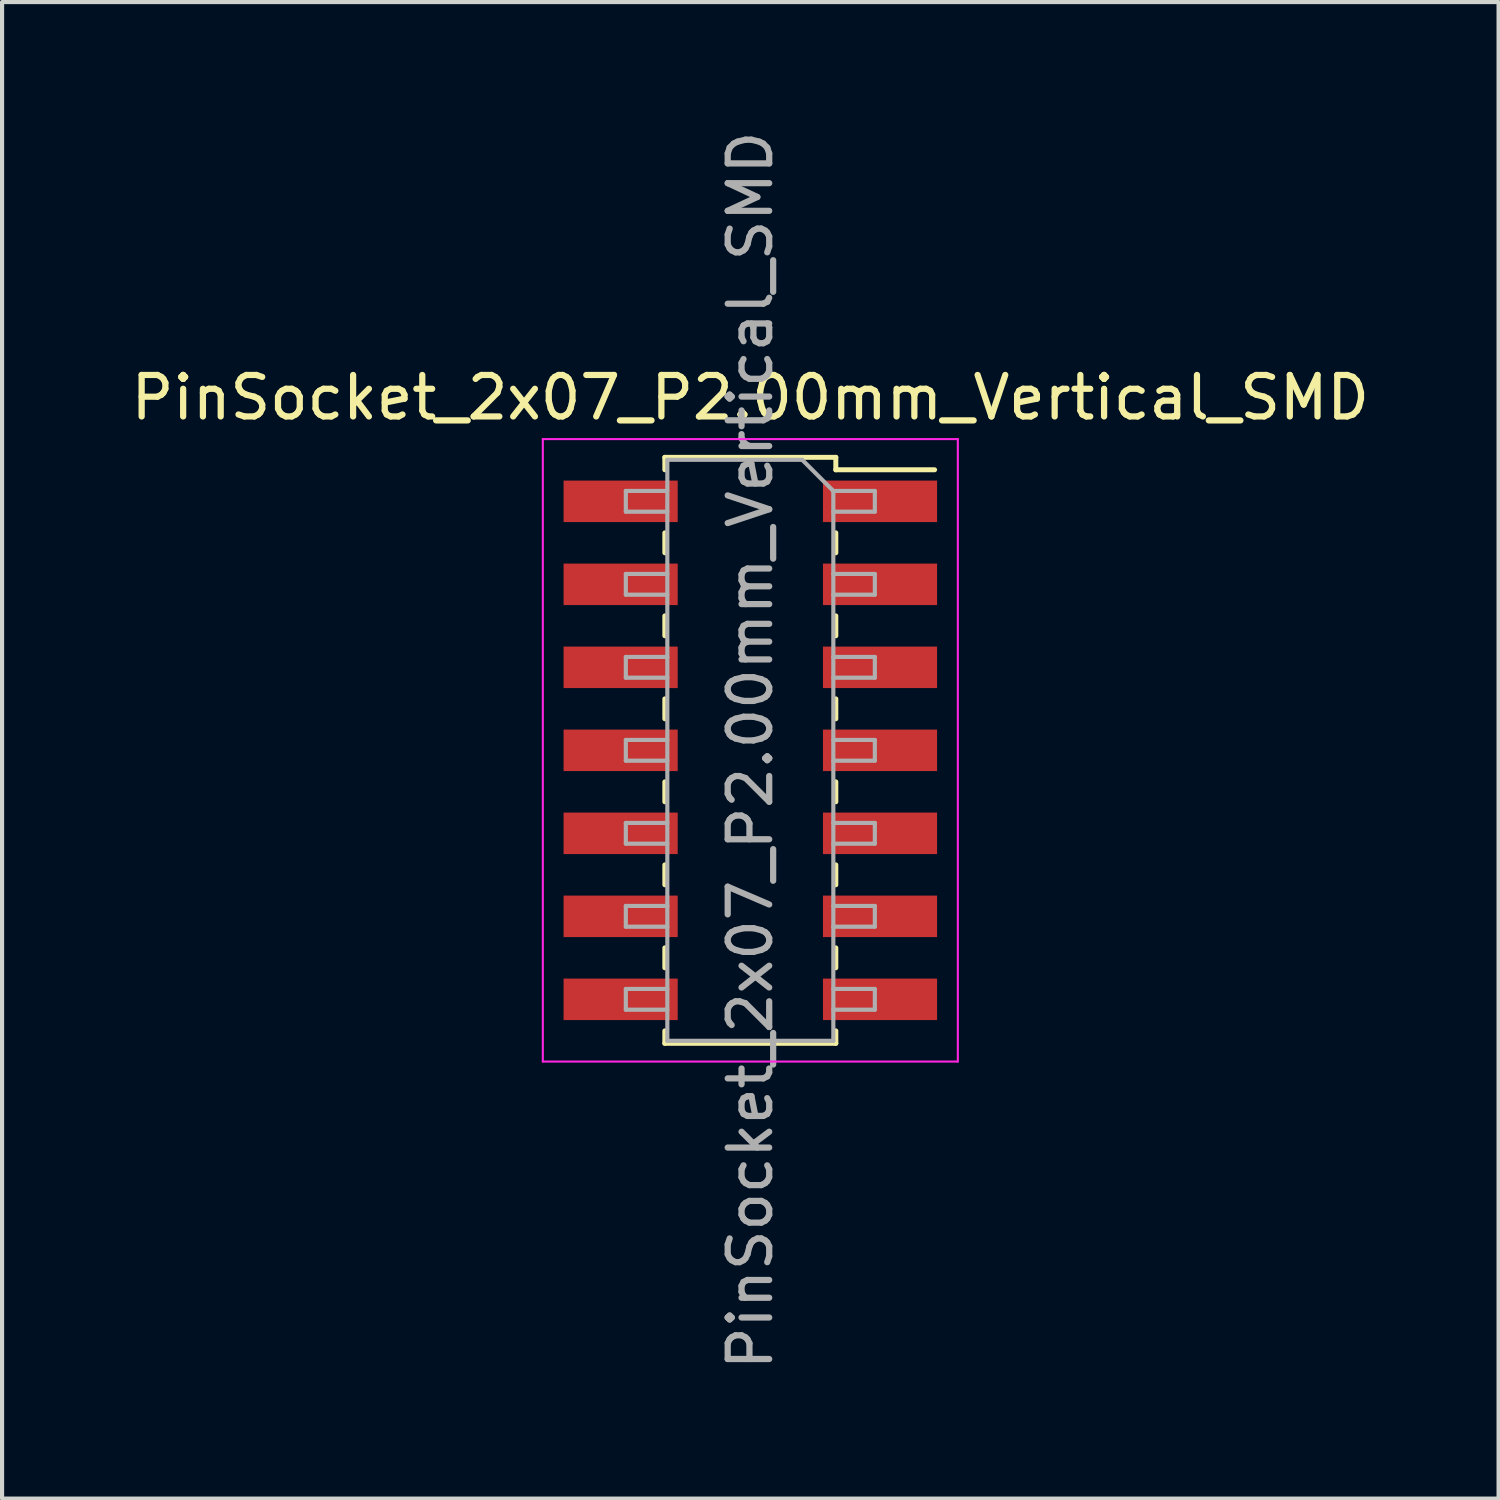
<source format=kicad_pcb>
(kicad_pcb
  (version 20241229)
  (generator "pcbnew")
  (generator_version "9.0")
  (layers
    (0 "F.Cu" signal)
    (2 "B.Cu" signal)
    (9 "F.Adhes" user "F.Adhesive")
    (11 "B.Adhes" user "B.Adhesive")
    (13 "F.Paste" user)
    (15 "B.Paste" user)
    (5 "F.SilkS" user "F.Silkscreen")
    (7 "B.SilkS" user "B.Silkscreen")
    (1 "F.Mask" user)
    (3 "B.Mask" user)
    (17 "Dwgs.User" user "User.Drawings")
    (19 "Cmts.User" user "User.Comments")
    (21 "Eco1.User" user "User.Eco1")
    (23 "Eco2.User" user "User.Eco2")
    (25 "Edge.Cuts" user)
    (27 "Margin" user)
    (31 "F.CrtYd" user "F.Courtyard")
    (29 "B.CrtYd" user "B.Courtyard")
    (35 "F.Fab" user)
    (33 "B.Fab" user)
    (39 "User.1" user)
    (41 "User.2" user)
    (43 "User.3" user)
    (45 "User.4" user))
  (footprint "PinSocket_2x07_P2.00mm_Vertical_SMD"
    (layer "F.Cu")
    (at 15.03 15.03)
    (property "Reference" "PinSocket_2x07_P2.00mm_Vertical_SMD" (at 0 -8.5 0) (layer "F.SilkS") (effects (font (size 1 1) (thickness 0.15))))
    (attr smd)
    (fp_line (start -2.06 -7.06) (end -2.06 -6.76) (stroke (width 0.12) (type solid)) (layer "F.SilkS"))
    (fp_line (start -2.06 -7.06) (end 2.06 -7.06) (stroke (width 0.12) (type solid)) (layer "F.SilkS"))
    (fp_line (start -2.06 -5.24) (end -2.06 -4.76) (stroke (width 0.12) (type solid)) (layer "F.SilkS"))
    (fp_line (start -2.06 -3.24) (end -2.06 -2.76) (stroke (width 0.12) (type solid)) (layer "F.SilkS"))
    (fp_line (start -2.06 -1.24) (end -2.06 -0.76) (stroke (width 0.12) (type solid)) (layer "F.SilkS"))
    (fp_line (start -2.06 0.76) (end -2.06 1.24) (stroke (width 0.12) (type solid)) (layer "F.SilkS"))
    (fp_line (start -2.06 2.76) (end -2.06 3.24) (stroke (width 0.12) (type solid)) (layer "F.SilkS"))
    (fp_line (start -2.06 4.76) (end -2.06 5.24) (stroke (width 0.12) (type solid)) (layer "F.SilkS"))
    (fp_line (start -2.06 6.76) (end -2.06 7.06) (stroke (width 0.12) (type solid)) (layer "F.SilkS"))
    (fp_line (start -2.06 7.06) (end 2.06 7.06) (stroke (width 0.12) (type solid)) (layer "F.SilkS"))
    (fp_line (start 2.06 -7.06) (end 2.06 -6.76) (stroke (width 0.12) (type solid)) (layer "F.SilkS"))
    (fp_line (start 2.06 -6.76) (end 4.44 -6.76) (stroke (width 0.12) (type solid)) (layer "F.SilkS"))
    (fp_line (start 2.06 -5.24) (end 2.06 -4.76) (stroke (width 0.12) (type solid)) (layer "F.SilkS"))
    (fp_line (start 2.06 -3.24) (end 2.06 -2.76) (stroke (width 0.12) (type solid)) (layer "F.SilkS"))
    (fp_line (start 2.06 -1.24) (end 2.06 -0.76) (stroke (width 0.12) (type solid)) (layer "F.SilkS"))
    (fp_line (start 2.06 0.76) (end 2.06 1.24) (stroke (width 0.12) (type solid)) (layer "F.SilkS"))
    (fp_line (start 2.06 2.76) (end 2.06 3.24) (stroke (width 0.12) (type solid)) (layer "F.SilkS"))
    (fp_line (start 2.06 4.76) (end 2.06 5.24) (stroke (width 0.12) (type solid)) (layer "F.SilkS"))
    (fp_line (start 2.06 6.76) (end 2.06 7.06) (stroke (width 0.12) (type solid)) (layer "F.SilkS"))
    (fp_line (start -5 -7.5) (end 5 -7.5) (stroke (width 0.05) (type solid)) (layer "F.CrtYd"))
    (fp_line (start -5 7.5) (end -5 -7.5) (stroke (width 0.05) (type solid)) (layer "F.CrtYd"))
    (fp_line (start 5 -7.5) (end 5 7.5) (stroke (width 0.05) (type solid)) (layer "F.CrtYd"))
    (fp_line (start 5 7.5) (end -5 7.5) (stroke (width 0.05) (type solid)) (layer "F.CrtYd"))
    (fp_line (start -3 -6.25) (end -2 -6.25) (stroke (width 0.1) (type solid)) (layer "F.Fab"))
    (fp_line (start -3 -5.75) (end -3 -6.25) (stroke (width 0.1) (type solid)) (layer "F.Fab"))
    (fp_line (start -3 -4.25) (end -2 -4.25) (stroke (width 0.1) (type solid)) (layer "F.Fab"))
    (fp_line (start -3 -3.75) (end -3 -4.25) (stroke (width 0.1) (type solid)) (layer "F.Fab"))
    (fp_line (start -3 -2.25) (end -2 -2.25) (stroke (width 0.1) (type solid)) (layer "F.Fab"))
    (fp_line (start -3 -1.75) (end -3 -2.25) (stroke (width 0.1) (type solid)) (layer "F.Fab"))
    (fp_line (start -3 -0.25) (end -2 -0.25) (stroke (width 0.1) (type solid)) (layer "F.Fab"))
    (fp_line (start -3 0.25) (end -3 -0.25) (stroke (width 0.1) (type solid)) (layer "F.Fab"))
    (fp_line (start -3 1.75) (end -2 1.75) (stroke (width 0.1) (type solid)) (layer "F.Fab"))
    (fp_line (start -3 2.25) (end -3 1.75) (stroke (width 0.1) (type solid)) (layer "F.Fab"))
    (fp_line (start -3 3.75) (end -2 3.75) (stroke (width 0.1) (type solid)) (layer "F.Fab"))
    (fp_line (start -3 4.25) (end -3 3.75) (stroke (width 0.1) (type solid)) (layer "F.Fab"))
    (fp_line (start -3 5.75) (end -2 5.75) (stroke (width 0.1) (type solid)) (layer "F.Fab"))
    (fp_line (start -3 6.25) (end -3 5.75) (stroke (width 0.1) (type solid)) (layer "F.Fab"))
    (fp_line (start -2 -7) (end 1.25 -7) (stroke (width 0.1) (type solid)) (layer "F.Fab"))
    (fp_line (start -2 -5.75) (end -3 -5.75) (stroke (width 0.1) (type solid)) (layer "F.Fab"))
    (fp_line (start -2 -3.75) (end -3 -3.75) (stroke (width 0.1) (type solid)) (layer "F.Fab"))
    (fp_line (start -2 -1.75) (end -3 -1.75) (stroke (width 0.1) (type solid)) (layer "F.Fab"))
    (fp_line (start -2 0.25) (end -3 0.25) (stroke (width 0.1) (type solid)) (layer "F.Fab"))
    (fp_line (start -2 2.25) (end -3 2.25) (stroke (width 0.1) (type solid)) (layer "F.Fab"))
    (fp_line (start -2 4.25) (end -3 4.25) (stroke (width 0.1) (type solid)) (layer "F.Fab"))
    (fp_line (start -2 6.25) (end -3 6.25) (stroke (width 0.1) (type solid)) (layer "F.Fab"))
    (fp_line (start -2 7) (end -2 -7) (stroke (width 0.1) (type solid)) (layer "F.Fab"))
    (fp_line (start 1.25 -7) (end 2 -6.25) (stroke (width 0.1) (type solid)) (layer "F.Fab"))
    (fp_line (start 2 -6.25) (end 2 7) (stroke (width 0.1) (type solid)) (layer "F.Fab"))
    (fp_line (start 2 -6.25) (end 3 -6.25) (stroke (width 0.1) (type solid)) (layer "F.Fab"))
    (fp_line (start 2 -4.25) (end 3 -4.25) (stroke (width 0.1) (type solid)) (layer "F.Fab"))
    (fp_line (start 2 -2.25) (end 3 -2.25) (stroke (width 0.1) (type solid)) (layer "F.Fab"))
    (fp_line (start 2 -0.25) (end 3 -0.25) (stroke (width 0.1) (type solid)) (layer "F.Fab"))
    (fp_line (start 2 1.75) (end 3 1.75) (stroke (width 0.1) (type solid)) (layer "F.Fab"))
    (fp_line (start 2 3.75) (end 3 3.75) (stroke (width 0.1) (type solid)) (layer "F.Fab"))
    (fp_line (start 2 5.75) (end 3 5.75) (stroke (width 0.1) (type solid)) (layer "F.Fab"))
    (fp_line (start 2 7) (end -2 7) (stroke (width 0.1) (type solid)) (layer "F.Fab"))
    (fp_line (start 3 -6.25) (end 3 -5.75) (stroke (width 0.1) (type solid)) (layer "F.Fab"))
    (fp_line (start 3 -5.75) (end 2 -5.75) (stroke (width 0.1) (type solid)) (layer "F.Fab"))
    (fp_line (start 3 -4.25) (end 3 -3.75) (stroke (width 0.1) (type solid)) (layer "F.Fab"))
    (fp_line (start 3 -3.75) (end 2 -3.75) (stroke (width 0.1) (type solid)) (layer "F.Fab"))
    (fp_line (start 3 -2.25) (end 3 -1.75) (stroke (width 0.1) (type solid)) (layer "F.Fab"))
    (fp_line (start 3 -1.75) (end 2 -1.75) (stroke (width 0.1) (type solid)) (layer "F.Fab"))
    (fp_line (start 3 -0.25) (end 3 0.25) (stroke (width 0.1) (type solid)) (layer "F.Fab"))
    (fp_line (start 3 0.25) (end 2 0.25) (stroke (width 0.1) (type solid)) (layer "F.Fab"))
    (fp_line (start 3 1.75) (end 3 2.25) (stroke (width 0.1) (type solid)) (layer "F.Fab"))
    (fp_line (start 3 2.25) (end 2 2.25) (stroke (width 0.1) (type solid)) (layer "F.Fab"))
    (fp_line (start 3 3.75) (end 3 4.25) (stroke (width 0.1) (type solid)) (layer "F.Fab"))
    (fp_line (start 3 4.25) (end 2 4.25) (stroke (width 0.1) (type solid)) (layer "F.Fab"))
    (fp_line (start 3 5.75) (end 3 6.25) (stroke (width 0.1) (type solid)) (layer "F.Fab"))
    (fp_line (start 3 6.25) (end 2 6.25) (stroke (width 0.1) (type solid)) (layer "F.Fab"))
    (fp_text user "${REFERENCE}" (at 0 0 90) (layer "F.Fab") (effects (font (size 1 1) (thickness 0.15))))
    (pad "1" smd rect (at 3.125 -6) (size 2.75 1) (layers "F.Cu" "F.Mask" "F.Paste"))
    (pad "2" smd rect (at -3.125 -6) (size 2.75 1) (layers "F.Cu" "F.Mask" "F.Paste"))
    (pad "3" smd rect (at 3.125 -4) (size 2.75 1) (layers "F.Cu" "F.Mask" "F.Paste"))
    (pad "4" smd rect (at -3.125 -4) (size 2.75 1) (layers "F.Cu" "F.Mask" "F.Paste"))
    (pad "5" smd rect (at 3.125 -2) (size 2.75 1) (layers "F.Cu" "F.Mask" "F.Paste"))
    (pad "6" smd rect (at -3.125 -2) (size 2.75 1) (layers "F.Cu" "F.Mask" "F.Paste"))
    (pad "7" smd rect (at 3.125 0) (size 2.75 1) (layers "F.Cu" "F.Mask" "F.Paste"))
    (pad "8" smd rect (at -3.125 0) (size 2.75 1) (layers "F.Cu" "F.Mask" "F.Paste"))
    (pad "9" smd rect (at 3.125 2) (size 2.75 1) (layers "F.Cu" "F.Mask" "F.Paste"))
    (pad "10" smd rect (at -3.125 2) (size 2.75 1) (layers "F.Cu" "F.Mask" "F.Paste"))
    (pad "11" smd rect (at 3.125 4) (size 2.75 1) (layers "F.Cu" "F.Mask" "F.Paste"))
    (pad "12" smd rect (at -3.125 4) (size 2.75 1) (layers "F.Cu" "F.Mask" "F.Paste"))
    (pad "13" smd rect (at 3.125 6) (size 2.75 1) (layers "F.Cu" "F.Mask" "F.Paste"))
    (pad "14" smd rect (at -3.125 6) (size 2.75 1) (layers "F.Cu" "F.Mask" "F.Paste")))
  (gr_rect
    (start -3 -3)
    (end 33.06 33.06)
    (stroke (width 0.1) (type default))
    (fill no)
    (layer "Edge.Cuts")))
</source>
